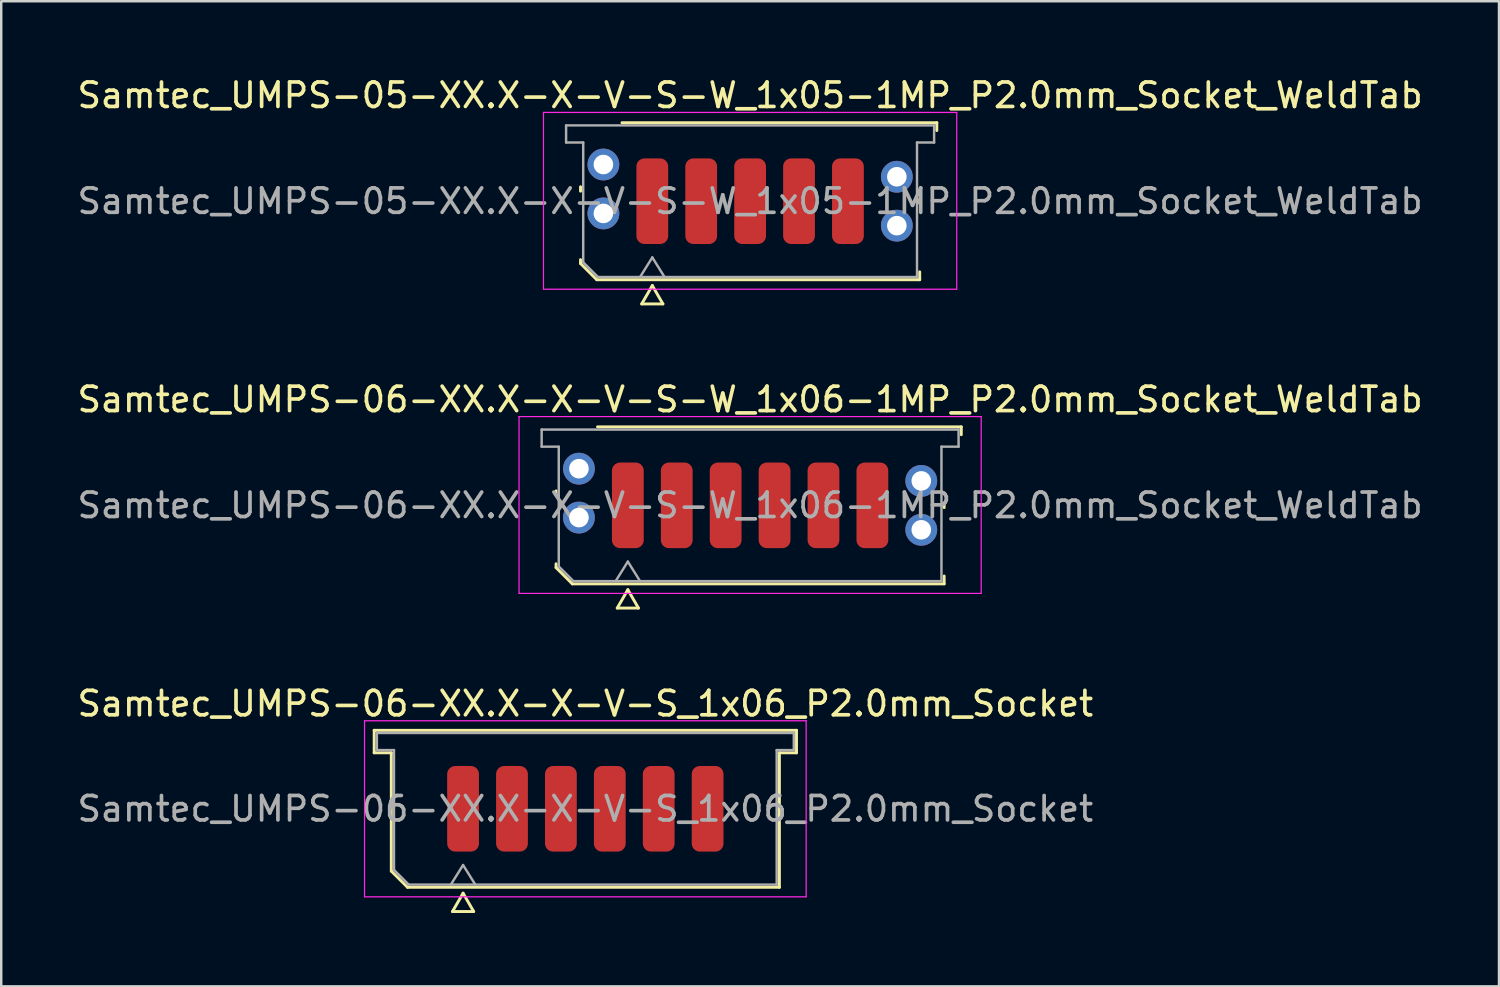
<source format=kicad_pcb>
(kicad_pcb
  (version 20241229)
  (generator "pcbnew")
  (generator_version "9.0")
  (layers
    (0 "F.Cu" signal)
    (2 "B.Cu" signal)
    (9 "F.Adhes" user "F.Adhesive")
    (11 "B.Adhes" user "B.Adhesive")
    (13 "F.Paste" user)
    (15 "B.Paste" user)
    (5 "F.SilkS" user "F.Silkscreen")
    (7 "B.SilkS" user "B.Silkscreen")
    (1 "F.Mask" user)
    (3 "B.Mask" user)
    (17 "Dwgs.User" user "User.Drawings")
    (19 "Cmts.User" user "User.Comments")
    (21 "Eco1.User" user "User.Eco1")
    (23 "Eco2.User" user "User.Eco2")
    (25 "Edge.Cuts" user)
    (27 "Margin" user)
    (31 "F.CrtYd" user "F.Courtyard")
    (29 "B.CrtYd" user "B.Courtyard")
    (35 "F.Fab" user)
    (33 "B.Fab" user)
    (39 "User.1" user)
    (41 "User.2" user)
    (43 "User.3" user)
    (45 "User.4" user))
  (footprint "Samtec_UMPS-05-XX.X-X-V-S-W_1x05-1MP_P2.0mm_Socket_WeldTab"
    (layer "F.Cu")
    (at 27.625 5.178)
    (property "Reference" "Samtec_UMPS-05-XX.X-X-V-S-W_1x05-1MP_P2.0mm_Socket_WeldTab" (at 0 -4.33 0) (layer "F.SilkS") (effects (font (size 1 1) (thickness 0.15))))
    (attr smd)
    (fp_line (start -6.935 -0.41) (end -6.935 -0.59) (stroke (width 0.12) (type solid)) (layer "F.SilkS"))
    (fp_line (start -6.935 2.546) (end -6.935 2.39) (stroke (width 0.12) (type solid)) (layer "F.SilkS"))
    (fp_line (start -6.271 3.21) (end -6.935 2.546) (stroke (width 0.12) (type solid)) (layer "F.SilkS"))
    (fp_line (start -5.24 -3.21) (end 7.635 -3.21) (stroke (width 0.12) (type solid)) (layer "F.SilkS"))
    (fp_line (start -4.433 4.2) (end -4 3.45) (stroke (width 0.12) (type solid)) (layer "F.SilkS"))
    (fp_line (start -4 3.45) (end -3.567 4.2) (stroke (width 0.12) (type solid)) (layer "F.SilkS"))
    (fp_line (start -3.567 4.2) (end -4.433 4.2) (stroke (width 0.12) (type solid)) (layer "F.SilkS"))
    (fp_line (start 6.935 -0.09) (end 6.935 0.09) (stroke (width 0.12) (type solid)) (layer "F.SilkS"))
    (fp_line (start 6.935 2.89) (end 6.935 3.21) (stroke (width 0.12) (type solid)) (layer "F.SilkS"))
    (fp_line (start 6.935 3.21) (end -6.271 3.21) (stroke (width 0.12) (type solid)) (layer "F.SilkS"))
    (fp_line (start 7.635 -3.21) (end 7.635 -2.89) (stroke (width 0.12) (type solid)) (layer "F.SilkS"))
    (fp_line (start -8.45 -3.63) (end -8.45 3.6) (stroke (width 0.05) (type solid)) (layer "F.CrtYd"))
    (fp_line (start -8.45 3.6) (end 8.45 3.6) (stroke (width 0.05) (type solid)) (layer "F.CrtYd"))
    (fp_line (start 8.45 -3.63) (end -8.45 -3.63) (stroke (width 0.05) (type solid)) (layer "F.CrtYd"))
    (fp_line (start 8.45 3.6) (end 8.45 -3.63) (stroke (width 0.05) (type solid)) (layer "F.CrtYd"))
    (fp_line (start -7.525 -3.1) (end 7.525 -3.1) (stroke (width 0.1) (type solid)) (layer "F.Fab"))
    (fp_line (start -7.525 -2.4) (end -7.525 -3.1) (stroke (width 0.1) (type solid)) (layer "F.Fab"))
    (fp_line (start -6.825 -2.4) (end -7.525 -2.4) (stroke (width 0.1) (type solid)) (layer "F.Fab"))
    (fp_line (start -6.825 2.5) (end -6.825 -2.4) (stroke (width 0.1) (type solid)) (layer "F.Fab"))
    (fp_line (start -6.225 3.1) (end -6.825 2.5) (stroke (width 0.1) (type solid)) (layer "F.Fab"))
    (fp_line (start -4.5 3.1) (end -4 2.3) (stroke (width 0.1) (type solid)) (layer "F.Fab"))
    (fp_line (start -4 2.3) (end -3.5 3.1) (stroke (width 0.1) (type solid)) (layer "F.Fab"))
    (fp_line (start 6.825 -2.4) (end 6.825 3.1) (stroke (width 0.1) (type solid)) (layer "F.Fab"))
    (fp_line (start 6.825 3.1) (end -6.225 3.1) (stroke (width 0.1) (type solid)) (layer "F.Fab"))
    (fp_line (start 7.525 -3.1) (end 7.525 -2.4) (stroke (width 0.1) (type solid)) (layer "F.Fab"))
    (fp_line (start 7.525 -2.4) (end 6.825 -2.4) (stroke (width 0.1) (type solid)) (layer "F.Fab"))
    (fp_text user "${REFERENCE}" (at 0 0 0) (layer "F.Fab") (effects (font (size 1 1) (thickness 0.15))))
    (pad "" smd rect (at -6.725 -1.99) (size 2.45 2.28) (layers "F.Paste"))
    (pad "" smd rect (at -6.725 0.99) (size 2.45 2.28) (layers "F.Paste"))
    (pad "" smd rect (at 6.725 -1.49) (size 2.45 2.28) (layers "F.Paste"))
    (pad "" smd rect (at 6.725 1.49) (size 2.45 2.28) (layers "F.Paste"))
    (pad "1" smd roundrect (at -4 0) (size 1.3 3.5) (layers "F.Cu" "F.Mask" "F.Paste") (roundrect_rratio 0.25))
    (pad "2" smd roundrect (at -2 0) (size 1.3 3.5) (layers "F.Cu" "F.Mask" "F.Paste") (roundrect_rratio 0.25))
    (pad "3" smd roundrect (at 0 0) (size 1.3 3.5) (layers "F.Cu" "F.Mask" "F.Paste") (roundrect_rratio 0.25))
    (pad "4" smd roundrect (at 2 0) (size 1.3 3.5) (layers "F.Cu" "F.Mask" "F.Paste") (roundrect_rratio 0.25))
    (pad "5" smd roundrect (at 4 0) (size 1.3 3.5) (layers "F.Cu" "F.Mask" "F.Paste") (roundrect_rratio 0.25))
    (pad "MP" thru_hole circle (at -6 -1.5) (size 1.3 1.3) (drill 0.8) (layers "*.Cu" "*.Mask"))
    (pad "MP" thru_hole circle (at -6 0.5) (size 1.3 1.3) (drill 0.8) (layers "*.Cu" "*.Mask"))
    (pad "MP" thru_hole circle (at 6 -1) (size 1.3 1.3) (drill 0.8) (layers "*.Cu" "*.Mask"))
    (pad "MP" thru_hole circle (at 6 1) (size 1.3 1.3) (drill 0.8) (layers "*.Cu" "*.Mask")))
  (footprint "Samtec_UMPS-06-XX.X-X-V-S_1x06_P2.0mm_Socket"
    (layer "F.Cu")
    (at 20.887 30.025)
    (property "Reference" "Samtec_UMPS-06-XX.X-X-V-S_1x06_P2.0mm_Socket" (at 0 -4.3 0) (layer "F.SilkS") (effects (font (size 1 1) (thickness 0.15))))
    (attr smd)
    (fp_line (start -8.635 -3.21) (end 8.635 -3.21) (stroke (width 0.12) (type solid)) (layer "F.SilkS"))
    (fp_line (start -8.635 -2.29) (end -8.635 -3.21) (stroke (width 0.12) (type solid)) (layer "F.SilkS"))
    (fp_line (start -7.935 -2.29) (end -8.635 -2.29) (stroke (width 0.12) (type solid)) (layer "F.SilkS"))
    (fp_line (start -7.935 2.546) (end -7.935 -2.29) (stroke (width 0.12) (type solid)) (layer "F.SilkS"))
    (fp_line (start -7.271 3.21) (end -7.935 2.546) (stroke (width 0.12) (type solid)) (layer "F.SilkS"))
    (fp_line (start -5.433 4.2) (end -5 3.45) (stroke (width 0.12) (type solid)) (layer "F.SilkS"))
    (fp_line (start -5 3.45) (end -4.567 4.2) (stroke (width 0.12) (type solid)) (layer "F.SilkS"))
    (fp_line (start -4.567 4.2) (end -5.433 4.2) (stroke (width 0.12) (type solid)) (layer "F.SilkS"))
    (fp_line (start 7.935 -2.29) (end 7.935 3.21) (stroke (width 0.12) (type solid)) (layer "F.SilkS"))
    (fp_line (start 7.935 3.21) (end -7.271 3.21) (stroke (width 0.12) (type solid)) (layer "F.SilkS"))
    (fp_line (start 8.635 -3.21) (end 8.635 -2.29) (stroke (width 0.12) (type solid)) (layer "F.SilkS"))
    (fp_line (start 8.635 -2.29) (end 7.935 -2.29) (stroke (width 0.12) (type solid)) (layer "F.SilkS"))
    (fp_line (start -9.03 -3.6) (end -9.03 3.6) (stroke (width 0.05) (type solid)) (layer "F.CrtYd"))
    (fp_line (start -9.03 3.6) (end 9.03 3.6) (stroke (width 0.05) (type solid)) (layer "F.CrtYd"))
    (fp_line (start 9.03 -3.6) (end -9.03 -3.6) (stroke (width 0.05) (type solid)) (layer "F.CrtYd"))
    (fp_line (start 9.03 3.6) (end 9.03 -3.6) (stroke (width 0.05) (type solid)) (layer "F.CrtYd"))
    (fp_line (start -8.525 -3.1) (end 8.525 -3.1) (stroke (width 0.1) (type solid)) (layer "F.Fab"))
    (fp_line (start -8.525 -2.4) (end -8.525 -3.1) (stroke (width 0.1) (type solid)) (layer "F.Fab"))
    (fp_line (start -7.825 -2.4) (end -8.525 -2.4) (stroke (width 0.1) (type solid)) (layer "F.Fab"))
    (fp_line (start -7.825 2.5) (end -7.825 -2.4) (stroke (width 0.1) (type solid)) (layer "F.Fab"))
    (fp_line (start -7.225 3.1) (end -7.825 2.5) (stroke (width 0.1) (type solid)) (layer "F.Fab"))
    (fp_line (start -5.5 3.1) (end -5 2.3) (stroke (width 0.1) (type solid)) (layer "F.Fab"))
    (fp_line (start -5 2.3) (end -4.5 3.1) (stroke (width 0.1) (type solid)) (layer "F.Fab"))
    (fp_line (start 7.825 -2.4) (end 7.825 3.1) (stroke (width 0.1) (type solid)) (layer "F.Fab"))
    (fp_line (start 7.825 3.1) (end -7.225 3.1) (stroke (width 0.1) (type solid)) (layer "F.Fab"))
    (fp_line (start 8.525 -3.1) (end 8.525 -2.4) (stroke (width 0.1) (type solid)) (layer "F.Fab"))
    (fp_line (start 8.525 -2.4) (end 7.825 -2.4) (stroke (width 0.1) (type solid)) (layer "F.Fab"))
    (fp_text user "${REFERENCE}" (at 0 0 0) (layer "F.Fab") (effects (font (size 1 1) (thickness 0.15))))
    (pad "1" smd roundrect (at -5 0) (size 1.3 3.5) (layers "F.Cu" "F.Mask" "F.Paste") (roundrect_rratio 0.25))
    (pad "2" smd roundrect (at -3 0) (size 1.3 3.5) (layers "F.Cu" "F.Mask" "F.Paste") (roundrect_rratio 0.25))
    (pad "3" smd roundrect (at -1 0) (size 1.3 3.5) (layers "F.Cu" "F.Mask" "F.Paste") (roundrect_rratio 0.25))
    (pad "4" smd roundrect (at 1 0) (size 1.3 3.5) (layers "F.Cu" "F.Mask" "F.Paste") (roundrect_rratio 0.25))
    (pad "5" smd roundrect (at 3 0) (size 1.3 3.5) (layers "F.Cu" "F.Mask" "F.Paste") (roundrect_rratio 0.25))
    (pad "6" smd roundrect (at 5 0) (size 1.3 3.5) (layers "F.Cu" "F.Mask" "F.Paste") (roundrect_rratio 0.25)))
  (footprint "Samtec_UMPS-06-XX.X-X-V-S-W_1x06-1MP_P2.0mm_Socket_WeldTab"
    (layer "F.Cu")
    (at 27.625 17.616)
    (property "Reference" "Samtec_UMPS-06-XX.X-X-V-S-W_1x06-1MP_P2.0mm_Socket_WeldTab" (at 0 -4.33 0) (layer "F.SilkS") (effects (font (size 1 1) (thickness 0.15))))
    (attr smd)
    (fp_line (start -7.935 -0.41) (end -7.935 -0.59) (stroke (width 0.12) (type solid)) (layer "F.SilkS"))
    (fp_line (start -7.935 2.546) (end -7.935 2.39) (stroke (width 0.12) (type solid)) (layer "F.SilkS"))
    (fp_line (start -7.271 3.21) (end -7.935 2.546) (stroke (width 0.12) (type solid)) (layer "F.SilkS"))
    (fp_line (start -6.24 -3.21) (end 8.635 -3.21) (stroke (width 0.12) (type solid)) (layer "F.SilkS"))
    (fp_line (start -5.433 4.2) (end -5 3.45) (stroke (width 0.12) (type solid)) (layer "F.SilkS"))
    (fp_line (start -5 3.45) (end -4.567 4.2) (stroke (width 0.12) (type solid)) (layer "F.SilkS"))
    (fp_line (start -4.567 4.2) (end -5.433 4.2) (stroke (width 0.12) (type solid)) (layer "F.SilkS"))
    (fp_line (start 7.935 -0.09) (end 7.935 0.09) (stroke (width 0.12) (type solid)) (layer "F.SilkS"))
    (fp_line (start 7.935 2.89) (end 7.935 3.21) (stroke (width 0.12) (type solid)) (layer "F.SilkS"))
    (fp_line (start 7.935 3.21) (end -7.271 3.21) (stroke (width 0.12) (type solid)) (layer "F.SilkS"))
    (fp_line (start 8.635 -3.21) (end 8.635 -2.89) (stroke (width 0.12) (type solid)) (layer "F.SilkS"))
    (fp_line (start -9.45 -3.63) (end -9.45 3.6) (stroke (width 0.05) (type solid)) (layer "F.CrtYd"))
    (fp_line (start -9.45 3.6) (end 9.45 3.6) (stroke (width 0.05) (type solid)) (layer "F.CrtYd"))
    (fp_line (start 9.45 -3.63) (end -9.45 -3.63) (stroke (width 0.05) (type solid)) (layer "F.CrtYd"))
    (fp_line (start 9.45 3.6) (end 9.45 -3.63) (stroke (width 0.05) (type solid)) (layer "F.CrtYd"))
    (fp_line (start -8.525 -3.1) (end 8.525 -3.1) (stroke (width 0.1) (type solid)) (layer "F.Fab"))
    (fp_line (start -8.525 -2.4) (end -8.525 -3.1) (stroke (width 0.1) (type solid)) (layer "F.Fab"))
    (fp_line (start -7.825 -2.4) (end -8.525 -2.4) (stroke (width 0.1) (type solid)) (layer "F.Fab"))
    (fp_line (start -7.825 2.5) (end -7.825 -2.4) (stroke (width 0.1) (type solid)) (layer "F.Fab"))
    (fp_line (start -7.225 3.1) (end -7.825 2.5) (stroke (width 0.1) (type solid)) (layer "F.Fab"))
    (fp_line (start -5.5 3.1) (end -5 2.3) (stroke (width 0.1) (type solid)) (layer "F.Fab"))
    (fp_line (start -5 2.3) (end -4.5 3.1) (stroke (width 0.1) (type solid)) (layer "F.Fab"))
    (fp_line (start 7.825 -2.4) (end 7.825 3.1) (stroke (width 0.1) (type solid)) (layer "F.Fab"))
    (fp_line (start 7.825 3.1) (end -7.225 3.1) (stroke (width 0.1) (type solid)) (layer "F.Fab"))
    (fp_line (start 8.525 -3.1) (end 8.525 -2.4) (stroke (width 0.1) (type solid)) (layer "F.Fab"))
    (fp_line (start 8.525 -2.4) (end 7.825 -2.4) (stroke (width 0.1) (type solid)) (layer "F.Fab"))
    (fp_text user "${REFERENCE}" (at 0 0 0) (layer "F.Fab") (effects (font (size 1 1) (thickness 0.15))))
    (pad "" smd rect (at -7.725 -1.99) (size 2.45 2.28) (layers "F.Paste"))
    (pad "" smd rect (at -7.725 0.99) (size 2.45 2.28) (layers "F.Paste"))
    (pad "" smd rect (at 7.725 -1.49) (size 2.45 2.28) (layers "F.Paste"))
    (pad "" smd rect (at 7.725 1.49) (size 2.45 2.28) (layers "F.Paste"))
    (pad "1" smd roundrect (at -5 0) (size 1.3 3.5) (layers "F.Cu" "F.Mask" "F.Paste") (roundrect_rratio 0.25))
    (pad "2" smd roundrect (at -3 0) (size 1.3 3.5) (layers "F.Cu" "F.Mask" "F.Paste") (roundrect_rratio 0.25))
    (pad "3" smd roundrect (at -1 0) (size 1.3 3.5) (layers "F.Cu" "F.Mask" "F.Paste") (roundrect_rratio 0.25))
    (pad "4" smd roundrect (at 1 0) (size 1.3 3.5) (layers "F.Cu" "F.Mask" "F.Paste") (roundrect_rratio 0.25))
    (pad "5" smd roundrect (at 3 0) (size 1.3 3.5) (layers "F.Cu" "F.Mask" "F.Paste") (roundrect_rratio 0.25))
    (pad "6" smd roundrect (at 5 0) (size 1.3 3.5) (layers "F.Cu" "F.Mask" "F.Paste") (roundrect_rratio 0.25))
    (pad "MP" thru_hole circle (at -7 -1.5) (size 1.3 1.3) (drill 0.8) (layers "*.Cu" "*.Mask"))
    (pad "MP" thru_hole circle (at -7 0.5) (size 1.3 1.3) (drill 0.8) (layers "*.Cu" "*.Mask"))
    (pad "MP" thru_hole circle (at 7 -1) (size 1.3 1.3) (drill 0.8) (layers "*.Cu" "*.Mask"))
    (pad "MP" thru_hole circle (at 7 1) (size 1.3 1.3) (drill 0.8) (layers "*.Cu" "*.Mask")))
  (gr_rect
    (start -3 -3)
    (end 58.25 37.285)
    (stroke (width 0.1) (type default))
    (fill no)
    (layer "Edge.Cuts")))
</source>
